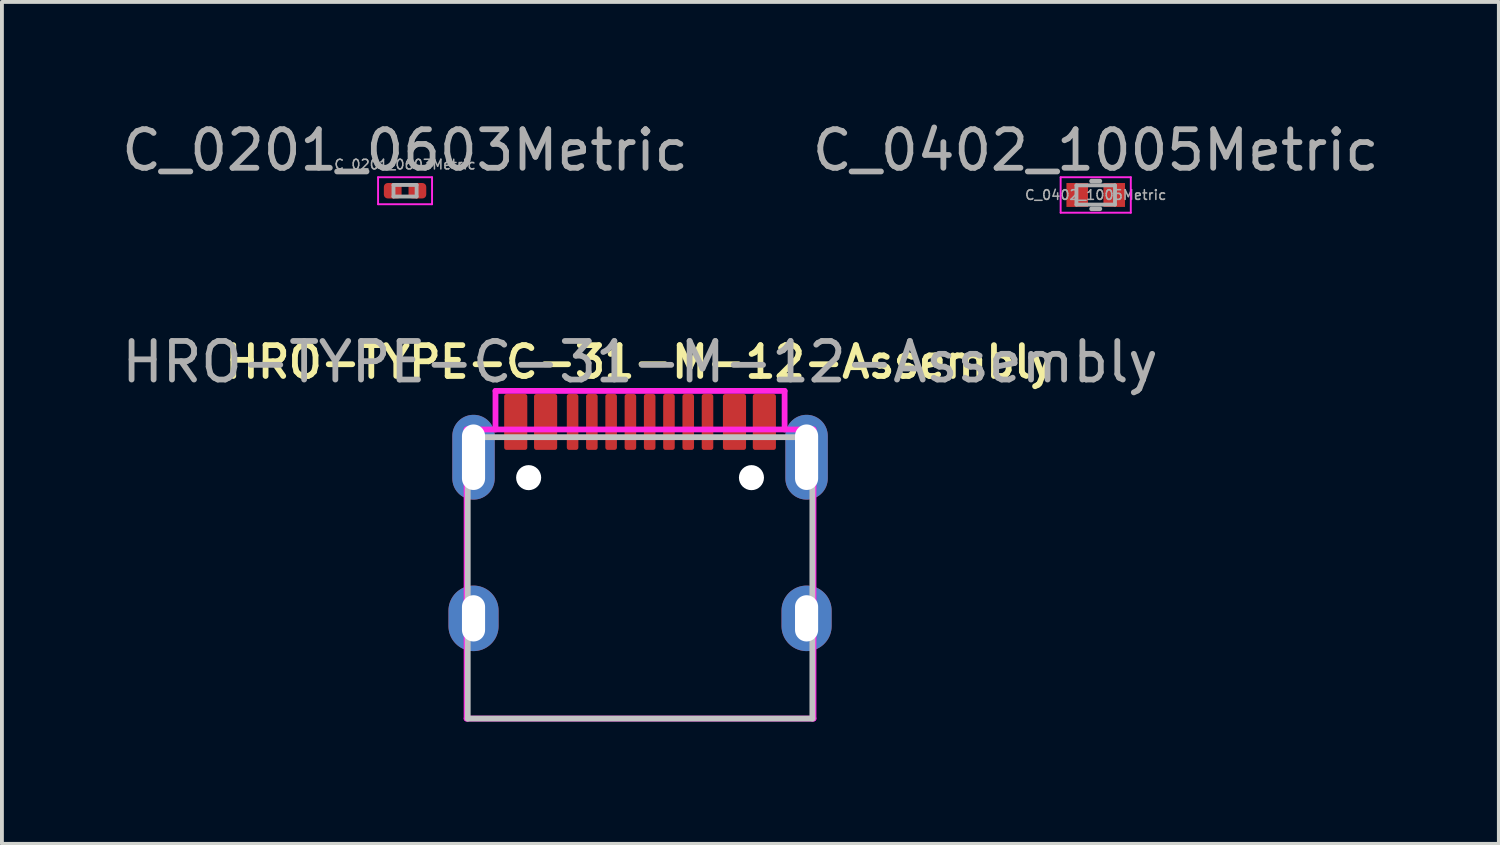
<source format=kicad_pcb>
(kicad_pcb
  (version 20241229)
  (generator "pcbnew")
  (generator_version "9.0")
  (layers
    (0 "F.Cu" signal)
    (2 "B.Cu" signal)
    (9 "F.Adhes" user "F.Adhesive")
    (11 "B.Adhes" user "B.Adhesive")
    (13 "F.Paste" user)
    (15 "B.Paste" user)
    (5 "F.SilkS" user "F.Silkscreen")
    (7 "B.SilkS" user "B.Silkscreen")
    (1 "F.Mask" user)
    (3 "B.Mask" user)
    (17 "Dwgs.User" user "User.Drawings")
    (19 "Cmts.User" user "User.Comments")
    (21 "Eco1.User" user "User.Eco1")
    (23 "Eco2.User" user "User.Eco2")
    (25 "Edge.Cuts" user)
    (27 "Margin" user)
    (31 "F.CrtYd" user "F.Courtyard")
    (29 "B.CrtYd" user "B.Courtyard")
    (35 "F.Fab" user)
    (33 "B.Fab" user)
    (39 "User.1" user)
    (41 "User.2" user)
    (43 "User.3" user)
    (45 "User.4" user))
  (footprint "C_0201_0603Metric"
    (layer "F.Cu")
    (at 7.458 1.898)
    (property "Reference" "C_0201_0603Metric" (at 0 -1.05 0) (layer "F.Fab") (effects (font (size 1 1) (thickness 0.15))))
    (attr smd)
    (fp_line (start -0.7 -0.35) (end 0.7 -0.35) (stroke (width 0.05) (type solid)) (layer "F.CrtYd"))
    (fp_line (start -0.7 0.35) (end -0.7 -0.35) (stroke (width 0.05) (type solid)) (layer "F.CrtYd"))
    (fp_line (start 0.7 -0.35) (end 0.7 0.35) (stroke (width 0.05) (type solid)) (layer "F.CrtYd"))
    (fp_line (start 0.7 0.35) (end -0.7 0.35) (stroke (width 0.05) (type solid)) (layer "F.CrtYd"))
    (fp_line (start -0.3 -0.15) (end 0.3 -0.15) (stroke (width 0.1) (type solid)) (layer "F.Fab"))
    (fp_line (start -0.3 0.15) (end -0.3 -0.15) (stroke (width 0.1) (type solid)) (layer "F.Fab"))
    (fp_line (start 0.3 -0.15) (end 0.3 0.15) (stroke (width 0.1) (type solid)) (layer "F.Fab"))
    (fp_line (start 0.3 0.15) (end -0.3 0.15) (stroke (width 0.1) (type solid)) (layer "F.Fab"))
    (fp_text user "${REFERENCE}" (at 0 -0.68 0) (layer "F.Fab") (effects (font (size 0.25 0.25) (thickness 0.04))))
    (pad "" smd roundrect (at -0.345 0) (size 0.318 0.36) (layers "F.Paste") (roundrect_rratio 0.25))
    (pad "" smd roundrect (at 0.345 0) (size 0.318 0.36) (layers "F.Paste") (roundrect_rratio 0.25))
    (pad "1" smd roundrect (at -0.32 0) (size 0.46 0.4) (layers "F.Cu" "F.Mask") (roundrect_rratio 0.25))
    (pad "2" smd roundrect (at 0.32 0) (size 0.46 0.4) (layers "F.Cu" "F.Mask") (roundrect_rratio 0.25)))
  (footprint "HRO-TYPE-C-31-M-12-Assembly"
    (layer "F.Cu")
    (at 13.554 15.591)
    (property "Reference" "HRO-TYPE-C-31-M-12-Assembly" (at 0 -9.25 0) (layer "F.SilkS") (effects (font (size 0.8 0.8) (thickness 0.15))))
    (attr smd)
    (fp_line (start -4.47 -7.3) (end 4.47 -7.3) (stroke (width 0.15) (type solid)) (layer "Dwgs.User"))
    (fp_line (start -4.47 0) (end -4.47 -7.3) (stroke (width 0.15) (type solid)) (layer "Dwgs.User"))
    (fp_line (start -4.47 0) (end 4.47 0) (stroke (width 0.15) (type solid)) (layer "Dwgs.User"))
    (fp_line (start 4.47 0) (end 4.47 -7.3) (stroke (width 0.15) (type solid)) (layer "Dwgs.User"))
    (fp_line (start -4.5 -7.5) (end 4.5 -7.5) (stroke (width 0.15) (type solid)) (layer "F.CrtYd"))
    (fp_line (start -4.5 0) (end -4.5 -7.5) (stroke (width 0.15) (type solid)) (layer "F.CrtYd"))
    (fp_line (start -3.75 -8.5) (end 3.75 -8.5) (stroke (width 0.15) (type solid)) (layer "F.CrtYd"))
    (fp_line (start -3.75 -7.5) (end -3.75 -8.5) (stroke (width 0.15) (type solid)) (layer "F.CrtYd"))
    (fp_line (start 3.75 -8.5) (end 3.75 -7.5) (stroke (width 0.15) (type solid)) (layer "F.CrtYd"))
    (fp_line (start 4.5 -7.5) (end 4.5 0) (stroke (width 0.15) (type solid)) (layer "F.CrtYd"))
    (fp_line (start 4.5 0) (end -4.5 0) (stroke (width 0.15) (type solid)) (layer "F.CrtYd"))
    (fp_text user "${REFERENCE}" (at 0 -9.25 0) (layer "F.Fab") (effects (font (size 1 1) (thickness 0.15))))
    (pad "" np_thru_hole circle (at -2.89 -6.25) (size 0.65 0.65) (drill 0.65) (layers "*.Cu" "*.Mask"))
    (pad "" np_thru_hole circle (at 2.89 -6.25) (size 0.65 0.65) (drill 0.65) (layers "*.Cu" "*.Mask"))
    (pad "A1" smd roundrect (at -3.225 -7.695) (size 0.6 1.45) (layers "F.Cu" "F.Mask" "F.Paste") (roundrect_rratio 0.1))
    (pad "A4" smd roundrect (at -2.45 -7.695) (size 0.6 1.45) (layers "F.Cu" "F.Mask" "F.Paste") (roundrect_rratio 0.1))
    (pad "A5" smd roundrect (at -1.25 -7.695) (size 0.3 1.45) (layers "F.Cu" "F.Mask" "F.Paste") (roundrect_rratio 0.2))
    (pad "A6" smd roundrect (at -0.25 -7.695) (size 0.3 1.45) (layers "F.Cu" "F.Mask" "F.Paste") (roundrect_rratio 0.2))
    (pad "A7" smd roundrect (at 0.25 -7.695) (size 0.3 1.45) (layers "F.Cu" "F.Mask" "F.Paste") (roundrect_rratio 0.2))
    (pad "A8" smd roundrect (at 1.25 -7.695) (size 0.3 1.45) (layers "F.Cu" "F.Mask" "F.Paste") (roundrect_rratio 0.2))
    (pad "B1" smd roundrect (at 3.225 -7.695) (size 0.6 1.45) (layers "F.Cu" "F.Mask" "F.Paste") (roundrect_rratio 0.1))
    (pad "B4" smd roundrect (at 2.45 -7.695) (size 0.6 1.45) (layers "F.Cu" "F.Mask" "F.Paste") (roundrect_rratio 0.1))
    (pad "B5" smd roundrect (at 1.75 -7.695) (size 0.3 1.45) (layers "F.Cu" "F.Mask" "F.Paste") (roundrect_rratio 0.2))
    (pad "B6" smd roundrect (at 0.75 -7.695) (size 0.3 1.45) (layers "F.Cu" "F.Mask" "F.Paste") (roundrect_rratio 0.2))
    (pad "B7" smd roundrect (at -0.75 -7.695) (size 0.3 1.45) (layers "F.Cu" "F.Mask" "F.Paste") (roundrect_rratio 0.2))
    (pad "B8" smd roundrect (at -1.75 -7.695) (size 0.3 1.45) (layers "F.Cu" "F.Mask" "F.Paste") (roundrect_rratio 0.2))
    (pad "S1" thru_hole oval (at -4.32 -6.78) (size 1.1 2.2) (drill oval 0.6 1.7) (layers "*.Cu" "*.Mask"))
    (pad "S1" thru_hole oval (at -4.32 -2.6) (size 1.3 1.7) (drill oval 0.6 1.2) (layers "*.Cu" "*.Mask"))
    (pad "S1" thru_hole oval (at 4.32 -6.78) (size 1.1 2.2) (drill oval 0.6 1.7) (layers "*.Cu" "*.Mask"))
    (pad "S1" thru_hole oval (at 4.32 -2.6) (size 1.3 1.7) (drill oval 0.6 1.2) (layers "*.Cu" "*.Mask")))
  (footprint "C_0402_1005Metric"
    (layer "F.Cu")
    (at 25.375 2.008)
    (property "Reference" "C_0402_1005Metric" (at 0 -1.16 0) (layer "F.Fab") (effects (font (size 1 1) (thickness 0.15))))
    (attr smd)
    (fp_line (start -0.91 -0.46) (end 0.91 -0.46) (stroke (width 0.05) (type solid)) (layer "F.CrtYd"))
    (fp_line (start -0.91 0.46) (end -0.91 -0.46) (stroke (width 0.05) (type solid)) (layer "F.CrtYd"))
    (fp_line (start 0.91 -0.46) (end 0.91 0.46) (stroke (width 0.05) (type solid)) (layer "F.CrtYd"))
    (fp_line (start 0.91 0.46) (end -0.91 0.46) (stroke (width 0.05) (type solid)) (layer "F.CrtYd"))
    (fp_line (start -0.5 -0.25) (end 0.5 -0.25) (stroke (width 0.1) (type solid)) (layer "F.Fab"))
    (fp_line (start -0.5 0.25) (end -0.5 -0.25) (stroke (width 0.1) (type solid)) (layer "F.Fab"))
    (fp_line (start -0.108 -0.36) (end 0.108 -0.36) (stroke (width 0.12) (type solid)) (layer "F.Fab"))
    (fp_line (start -0.108 0.36) (end 0.108 0.36) (stroke (width 0.12) (type solid)) (layer "F.Fab"))
    (fp_line (start 0.5 -0.25) (end 0.5 0.25) (stroke (width 0.1) (type solid)) (layer "F.Fab"))
    (fp_line (start 0.5 0.25) (end -0.5 0.25) (stroke (width 0.1) (type solid)) (layer "F.Fab"))
    (fp_text user "${REFERENCE}" (at 0 0 0) (layer "F.Fab") (effects (font (size 0.25 0.25) (thickness 0.04))))
    (pad "1" smd rect (at -0.48 0) (size 0.56 0.62) (layers "F.Cu" "F.Mask" "F.Paste"))
    (pad "2" smd rect (at 0.48 0) (size 0.56 0.62) (layers "F.Cu" "F.Mask" "F.Paste")))
  (gr_rect
    (start -3 -3)
    (end 35.833 18.841)
    (stroke (width 0.1) (type default))
    (fill no)
    (layer "Edge.Cuts")))
</source>
